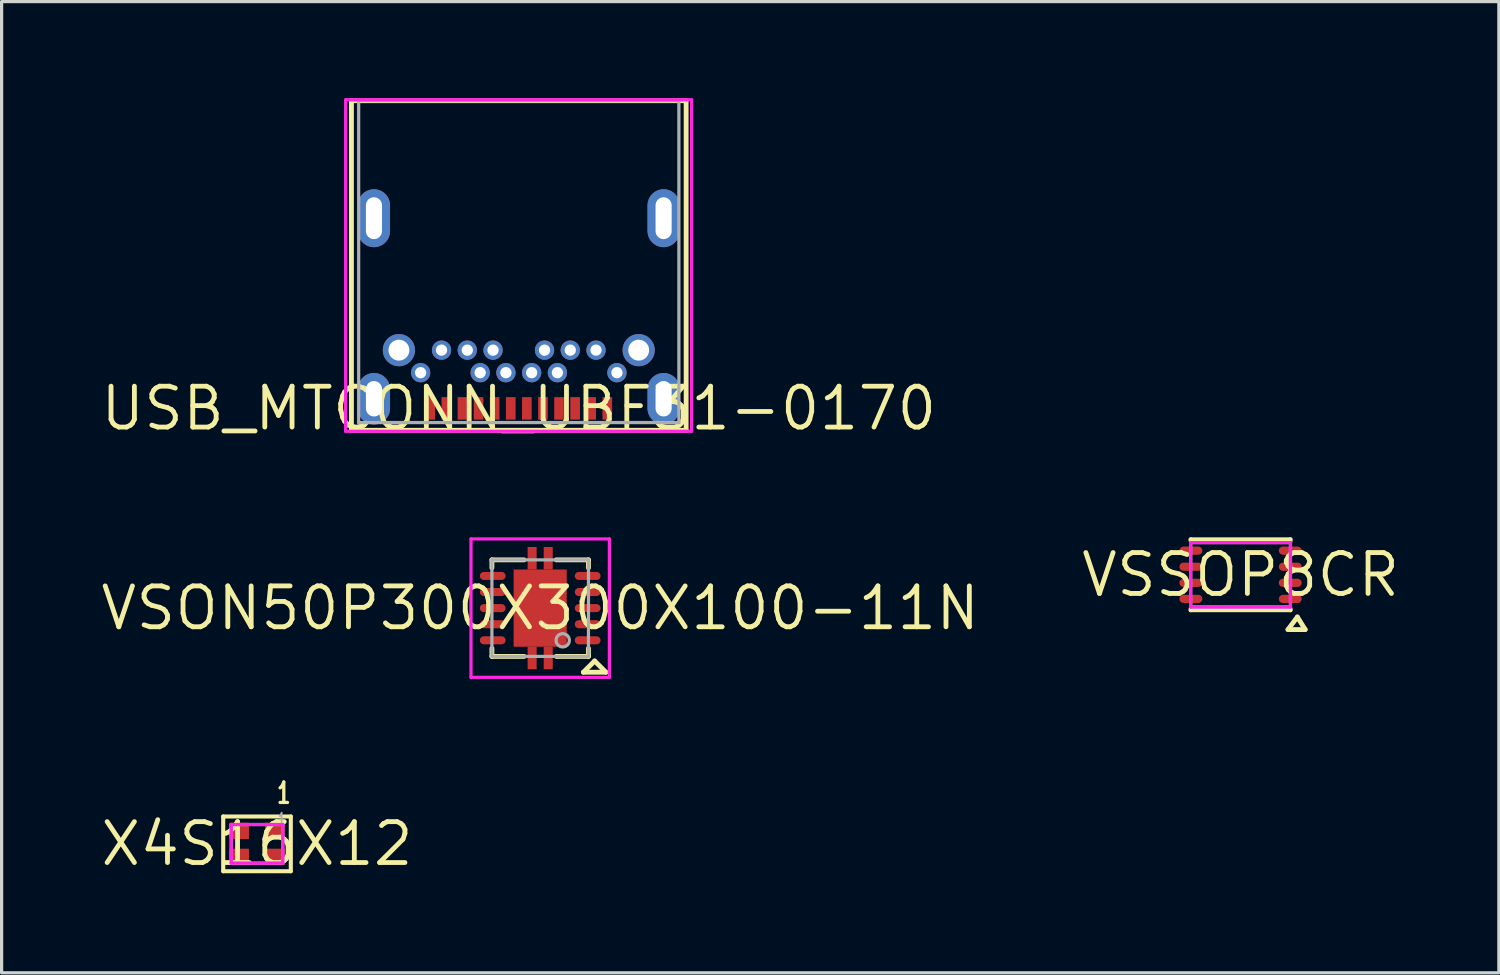
<source format=kicad_pcb>
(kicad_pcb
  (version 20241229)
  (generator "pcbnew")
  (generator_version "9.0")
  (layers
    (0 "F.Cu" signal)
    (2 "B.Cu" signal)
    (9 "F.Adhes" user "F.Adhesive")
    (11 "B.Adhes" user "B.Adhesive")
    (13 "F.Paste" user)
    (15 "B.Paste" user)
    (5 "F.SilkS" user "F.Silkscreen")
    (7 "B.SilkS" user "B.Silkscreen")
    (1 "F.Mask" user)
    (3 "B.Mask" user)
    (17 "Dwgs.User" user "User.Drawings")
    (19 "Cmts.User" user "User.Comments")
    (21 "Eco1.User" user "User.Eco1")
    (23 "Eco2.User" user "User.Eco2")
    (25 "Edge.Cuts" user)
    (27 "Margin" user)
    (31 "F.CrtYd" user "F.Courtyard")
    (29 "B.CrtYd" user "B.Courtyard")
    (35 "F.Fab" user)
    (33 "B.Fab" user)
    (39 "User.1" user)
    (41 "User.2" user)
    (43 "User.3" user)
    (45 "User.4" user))
  (footprint "USB_MTCONN_UBF31-0170"
    (layer "F.Cu")
    (at 13.07 9.64)
    (property "Reference" "USB_MTCONN_UBF31-0170" (at 0 0 0) (layer "F.SilkS") (effects (font (size 1.27 1.27) (thickness 0.15))))
    (fp_line (start -5.2 -9.56) (end 5.2 -9.56) (stroke (width 0.15) (type solid)) (layer "F.SilkS"))
    (fp_line (start -5.2 0.68) (end -5.2 -9.56) (stroke (width 0.15) (type solid)) (layer "F.SilkS"))
    (fp_line (start 5.2 -9.56) (end 5.2 0.68) (stroke (width 0.15) (type solid)) (layer "F.SilkS"))
    (fp_line (start 5.2 0.68) (end -5.2 0.68) (stroke (width 0.15) (type solid)) (layer "F.SilkS"))
    (fp_line (start -5.38 -9.59) (end -5.38 0.71) (stroke (width 0.1) (type solid)) (layer "F.CrtYd"))
    (fp_line (start -5.38 0.71) (end 5.37 0.71) (stroke (width 0.1) (type solid)) (layer "F.CrtYd"))
    (fp_line (start 5.37 -9.59) (end -5.38 -9.59) (stroke (width 0.1) (type solid)) (layer "F.CrtYd"))
    (fp_line (start 5.37 0.71) (end 5.37 -9.59) (stroke (width 0.1) (type solid)) (layer "F.CrtYd"))
    (fp_line (start -4.975 -9.56) (end 4.975 -9.56) (stroke (width 0.1) (type solid)) (layer "F.Fab"))
    (fp_line (start -4.975 0.44) (end -4.975 -9.56) (stroke (width 0.1) (type solid)) (layer "F.Fab"))
    (fp_line (start 4.975 -9.56) (end 4.975 0.44) (stroke (width 0.1) (type solid)) (layer "F.Fab"))
    (fp_line (start 4.975 0.44) (end -4.975 0.44) (stroke (width 0.1) (type solid)) (layer "F.Fab"))
    (pad "" thru_hole circle (at -3.725 -1.81 90) (size 1 1) (drill 0.65) (layers "*.Cu" "*.Mask"))
    (pad "" thru_hole circle (at 3.725 -1.81 90) (size 1 1) (drill 0.65) (layers "*.Cu" "*.Mask"))
    (pad "1" thru_hole oval (at 4.5 -0.3 180) (size 1 1.6) (drill oval 0.5 1.1) (layers "*.Cu" "*.Mask"))
    (pad "2" thru_hole oval (at -4.5 -0.3 180) (size 1 1.6) (drill oval 0.5 1.1) (layers "*.Cu" "*.Mask"))
    (pad "3" thru_hole oval (at 4.5 -5.91 180) (size 1 1.8) (drill oval 0.5 1.3) (layers "*.Cu" "*.Mask"))
    (pad "4" thru_hole oval (at -4.5 -5.91 180) (size 1 1.8) (drill oval 0.5 1.3) (layers "*.Cu" "*.Mask"))
    (pad "A1" smd rect (at 2.75 0 180) (size 0.3 0.7) (layers "F.Cu" "F.Mask" "F.Paste"))
    (pad "A2" smd rect (at 2.25 0 180) (size 0.3 0.7) (layers "F.Cu" "F.Mask" "F.Paste"))
    (pad "A3" smd rect (at 1.75 0 180) (size 0.3 0.7) (layers "F.Cu" "F.Mask" "F.Paste"))
    (pad "A4" smd rect (at 1.25 0 180) (size 0.3 0.7) (layers "F.Cu" "F.Mask" "F.Paste"))
    (pad "A5" smd rect (at 0.75 0 180) (size 0.3 0.7) (layers "F.Cu" "F.Mask" "F.Paste"))
    (pad "A6" smd rect (at 0.25 0 180) (size 0.3 0.7) (layers "F.Cu" "F.Mask" "F.Paste"))
    (pad "A7" smd rect (at -0.25 0 180) (size 0.3 0.7) (layers "F.Cu" "F.Mask" "F.Paste"))
    (pad "A8" smd rect (at -0.75 0 180) (size 0.3 0.7) (layers "F.Cu" "F.Mask" "F.Paste"))
    (pad "A9" smd rect (at -1.25 0 180) (size 0.3 0.7) (layers "F.Cu" "F.Mask" "F.Paste"))
    (pad "A10" smd rect (at -1.75 0 180) (size 0.3 0.7) (layers "F.Cu" "F.Mask" "F.Paste"))
    (pad "A11" smd rect (at -2.25 0 180) (size 0.3 0.7) (layers "F.Cu" "F.Mask" "F.Paste"))
    (pad "A12" smd rect (at -2.75 0 180) (size 0.3 0.7) (layers "F.Cu" "F.Mask" "F.Paste"))
    (pad "B1" thru_hole circle (at -3.05 -1.11 90) (size 0.6 0.6) (drill 0.35) (layers "*.Cu" "*.Mask"))
    (pad "B2" thru_hole circle (at -2.4 -1.81 90) (size 0.6 0.6) (drill 0.35) (layers "*.Cu" "*.Mask"))
    (pad "B3" thru_hole circle (at -1.6 -1.81 90) (size 0.6 0.6) (drill 0.35) (layers "*.Cu" "*.Mask"))
    (pad "B4" thru_hole circle (at -1.2 -1.11 90) (size 0.6 0.6) (drill 0.35) (layers "*.Cu" "*.Mask"))
    (pad "B5" thru_hole circle (at -0.8 -1.81 90) (size 0.6 0.6) (drill 0.35) (layers "*.Cu" "*.Mask"))
    (pad "B6" thru_hole circle (at -0.4 -1.11 90) (size 0.6 0.6) (drill 0.35) (layers "*.Cu" "*.Mask"))
    (pad "B7" thru_hole circle (at 0.4 -1.11 90) (size 0.6 0.6) (drill 0.35) (layers "*.Cu" "*.Mask"))
    (pad "B8" thru_hole circle (at 0.8 -1.81 90) (size 0.6 0.6) (drill 0.35) (layers "*.Cu" "*.Mask"))
    (pad "B9" thru_hole circle (at 1.2 -1.11 90) (size 0.6 0.6) (drill 0.35) (layers "*.Cu" "*.Mask"))
    (pad "B10" thru_hole circle (at 1.6 -1.81 90) (size 0.6 0.6) (drill 0.35) (layers "*.Cu" "*.Mask"))
    (pad "B11" thru_hole circle (at 2.4 -1.81 90) (size 0.6 0.6) (drill 0.35) (layers "*.Cu" "*.Mask"))
    (pad "B12" thru_hole circle (at 3.05 -1.11 90) (size 0.6 0.6) (drill 0.35) (layers "*.Cu" "*.Mask")))
  (footprint "X4S16X12"
    (layer "F.Cu")
    (at 4.936 23.171)
    (property "Reference" "X4S16X12" (at 0 0 0) (layer "F.SilkS") (effects (font (size 1.27 1.27) (thickness 0.15))))
    (fp_line (start -1.05 -0.85) (end -1.05 0.85) (stroke (width 0.127) (type solid)) (layer "F.SilkS"))
    (fp_line (start -1.05 0.85) (end 1.05 0.85) (stroke (width 0.127) (type solid)) (layer "F.SilkS"))
    (fp_line (start 1.05 -0.85) (end -1.05 -0.85) (stroke (width 0.127) (type solid)) (layer "F.SilkS"))
    (fp_line (start 1.05 0.85) (end 1.05 -0.85) (stroke (width 0.127) (type solid)) (layer "F.SilkS"))
    (fp_line (start -0.8 -0.6) (end -0.8 0.6) (stroke (width 0.1) (type solid)) (layer "F.CrtYd"))
    (fp_line (start -0.8 0.6) (end 0.8 0.6) (stroke (width 0.1) (type solid)) (layer "F.CrtYd"))
    (fp_line (start 0.8 -0.6) (end -0.8 -0.6) (stroke (width 0.1) (type solid)) (layer "F.CrtYd"))
    (fp_line (start 0.8 0.6) (end 0.8 -0.6) (stroke (width 0.1) (type solid)) (layer "F.CrtYd"))
    (fp_line (start -0.8 -0.6) (end -0.8 0.6) (stroke (width 0.1) (type solid)) (layer "F.Fab"))
    (fp_line (start -0.8 0.6) (end 0.8 0.6) (stroke (width 0.1) (type solid)) (layer "F.Fab"))
    (fp_line (start 0.8 -0.6) (end -0.8 -0.6) (stroke (width 0.1) (type solid)) (layer "F.Fab"))
    (fp_line (start 0.8 0.6) (end 0.8 -0.6) (stroke (width 0.1) (type solid)) (layer "F.Fab"))
    (fp_text user "1" (at 0.572 -1.575 0) (layer "F.SilkS") (effects (font (size 0.635 0.406) (thickness 0.127)) (justify left)))
    (fp_text user "1" (at 0.635 -0.762 0) (layer "F.Fab") (effects (font (size 0.381 0.203) (thickness 0.051)) (justify left)))
    (pad "1" smd rect (at 0.555 -0.404 90) (size 0.508 0.61) (layers "F.Cu" "F.Mask" "F.Paste"))
    (pad "2" smd rect (at -0.555 -0.404 270) (size 0.508 0.61) (layers "F.Cu" "F.Mask" "F.Paste"))
    (pad "3" smd rect (at -0.555 0.404 270) (size 0.508 0.61) (layers "F.Cu" "F.Mask" "F.Paste"))
    (pad "4" smd rect (at 0.555 0.404 90) (size 0.508 0.61) (layers "F.Cu" "F.Mask" "F.Paste")))
  (footprint "VSON50P300X300X100-11N"
    (layer "F.Cu")
    (at 13.735 15.846)
    (property "Reference" "VSON50P300X300X100-11N" (at 0 0 180) (layer "F.SilkS") (effects (font (size 1.27 1.27) (thickness 0.15))))
    (fp_line (start -1.5 -1.5) (end -1.5 -1.25) (stroke (width 0.15) (type solid)) (layer "F.SilkS"))
    (fp_line (start -1.5 1.5) (end -1.5 1.25) (stroke (width 0.15) (type solid)) (layer "F.SilkS"))
    (fp_line (start -0.5 -1.5) (end -1.5 -1.5) (stroke (width 0.15) (type solid)) (layer "F.SilkS"))
    (fp_line (start -0.5 1.5) (end -1.5 1.5) (stroke (width 0.15) (type solid)) (layer "F.SilkS"))
    (fp_line (start 0.5 1.5) (end 1.5 1.5) (stroke (width 0.15) (type solid)) (layer "F.SilkS"))
    (fp_line (start 1.342 1.992) (end 2.042 1.992) (stroke (width 0.15) (type solid)) (layer "F.SilkS"))
    (fp_line (start 1.5 -1.5) (end 0.5 -1.5) (stroke (width 0.15) (type solid)) (layer "F.SilkS"))
    (fp_line (start 1.5 -1.25) (end 1.5 -1.5) (stroke (width 0.15) (type solid)) (layer "F.SilkS"))
    (fp_line (start 1.5 1.5) (end 1.5 1.25) (stroke (width 0.15) (type solid)) (layer "F.SilkS"))
    (fp_line (start 1.692 1.642) (end 1.342 1.992) (stroke (width 0.15) (type solid)) (layer "F.SilkS"))
    (fp_line (start 2.042 1.992) (end 1.692 1.642) (stroke (width 0.15) (type solid)) (layer "F.SilkS"))
    (fp_line (start -2.15 -2.15) (end -2.15 2.15) (stroke (width 0.1) (type solid)) (layer "F.CrtYd"))
    (fp_line (start -2.15 2.15) (end 2.15 2.15) (stroke (width 0.1) (type solid)) (layer "F.CrtYd"))
    (fp_line (start 2.15 -2.15) (end -2.15 -2.15) (stroke (width 0.1) (type solid)) (layer "F.CrtYd"))
    (fp_line (start 2.15 2.15) (end 2.15 -2.15) (stroke (width 0.1) (type solid)) (layer "F.CrtYd"))
    (fp_line (start -1.5 -1.5) (end 1.5 -1.5) (stroke (width 0.1) (type solid)) (layer "F.Fab"))
    (fp_line (start -1.5 1.5) (end -1.5 -1.5) (stroke (width 0.1) (type solid)) (layer "F.Fab"))
    (fp_line (start 1.5 -1.5) (end 1.5 1.5) (stroke (width 0.1) (type solid)) (layer "F.Fab"))
    (fp_line (start 1.5 1.5) (end -1.5 1.5) (stroke (width 0.1) (type solid)) (layer "F.Fab"))
    (fp_arc (start 0.906196 0.999998) (mid 0.49383 0.999992) (end 0.906196 0.999998) (stroke (width 0.1) (type solid)) (layer "F.Fab"))
    (pad "1" smd oval (at 1.475 1 270) (size 0.25 0.8) (layers "F.Cu" "F.Mask" "F.Paste"))
    (pad "2" smd oval (at 1.475 0.5 270) (size 0.25 0.8) (layers "F.Cu" "F.Mask" "F.Paste"))
    (pad "3" smd oval (at 1.475 0 270) (size 0.25 0.8) (layers "F.Cu" "F.Mask" "F.Paste"))
    (pad "4" smd oval (at 1.475 -0.5 270) (size 0.25 0.8) (layers "F.Cu" "F.Mask" "F.Paste"))
    (pad "5" smd oval (at 1.475 -1 270) (size 0.25 0.8) (layers "F.Cu" "F.Mask" "F.Paste"))
    (pad "6" smd oval (at -1.475 -1 270) (size 0.25 0.8) (layers "F.Cu" "F.Mask" "F.Paste"))
    (pad "7" smd oval (at -1.475 -0.5 270) (size 0.25 0.8) (layers "F.Cu" "F.Mask" "F.Paste"))
    (pad "8" smd oval (at -1.475 0 270) (size 0.25 0.8) (layers "F.Cu" "F.Mask" "F.Paste"))
    (pad "9" smd oval (at -1.475 0.5 270) (size 0.25 0.8) (layers "F.Cu" "F.Mask" "F.Paste"))
    (pad "10" smd oval (at -1.475 1 270) (size 0.25 0.8) (layers "F.Cu" "F.Mask" "F.Paste"))
    (pad "11" smd rect (at -0.25 -1.55) (size 0.28 0.7) (layers "F.Cu" "F.Mask" "F.Paste"))
    (pad "11" smd rect (at -0.25 1.55) (size 0.28 0.7) (layers "F.Cu" "F.Mask" "F.Paste"))
    (pad "11" smd rect (at 0 0) (size 1.65 2.4) (layers "F.Cu" "F.Mask"))
    (pad "11" smd rect (at 0.25 -1.55) (size 0.28 0.7) (layers "F.Cu" "F.Mask" "F.Paste"))
    (pad "11" smd rect (at 0.25 1.55) (size 0.28 0.7) (layers "F.Cu" "F.Mask" "F.Paste")))
  (footprint "VSSOP8CR"
    (layer "F.Cu")
    (at 35.498 14.81)
    (property "Reference" "VSSOP8CR" (at 0 0 0) (layer "F.SilkS") (effects (font (size 1.27 1.27) (thickness 0.15))))
    (fp_line (start -1.55 -1.1) (end -1.55 -1.05) (stroke (width 0.127) (type solid)) (layer "F.SilkS"))
    (fp_line (start -1.55 1.1) (end -1.55 1.05) (stroke (width 0.127) (type solid)) (layer "F.SilkS"))
    (fp_line (start 1.473 1.702) (end 2.007 1.702) (stroke (width 0.15) (type solid)) (layer "F.SilkS"))
    (fp_line (start 1.55 -1.1) (end -1.55 -1.1) (stroke (width 0.127) (type solid)) (layer "F.SilkS"))
    (fp_line (start 1.55 -1.05) (end 1.55 -1.1) (stroke (width 0.127) (type solid)) (layer "F.SilkS"))
    (fp_line (start 1.55 1.05) (end 1.55 1.1) (stroke (width 0.127) (type solid)) (layer "F.SilkS"))
    (fp_line (start 1.55 1.1) (end -1.55 1.1) (stroke (width 0.127) (type solid)) (layer "F.SilkS"))
    (fp_line (start 1.765 1.311) (end 1.473 1.702) (stroke (width 0.15) (type solid)) (layer "F.SilkS"))
    (fp_line (start 2.007 1.702) (end 1.765 1.311) (stroke (width 0.15) (type solid)) (layer "F.SilkS"))
    (fp_line (start -1.55 -1) (end -1.55 1) (stroke (width 0.1) (type solid)) (layer "F.CrtYd"))
    (fp_line (start -1.55 1) (end 1.55 1) (stroke (width 0.1) (type solid)) (layer "F.CrtYd"))
    (fp_line (start 1.55 -1) (end -1.55 -1) (stroke (width 0.1) (type solid)) (layer "F.CrtYd"))
    (fp_line (start 1.55 1) (end 1.55 -1) (stroke (width 0.1) (type solid)) (layer "F.CrtYd"))
    (fp_line (start -1.55 -1) (end -1.55 1) (stroke (width 0.1) (type solid)) (layer "F.Fab"))
    (fp_line (start -1.55 1) (end 1.55 1) (stroke (width 0.1) (type solid)) (layer "F.Fab"))
    (fp_line (start 1.55 -1) (end -1.55 -1) (stroke (width 0.1) (type solid)) (layer "F.Fab"))
    (fp_line (start 1.55 1) (end 1.55 -1) (stroke (width 0.1) (type solid)) (layer "F.Fab"))
    (pad "1" smd oval (at 1.544 0.75 90) (size 0.254 0.711) (layers "F.Cu" "F.Mask" "F.Paste"))
    (pad "2" smd oval (at 1.544 0.25 90) (size 0.254 0.711) (layers "F.Cu" "F.Mask" "F.Paste"))
    (pad "3" smd oval (at 1.544 -0.25 90) (size 0.254 0.711) (layers "F.Cu" "F.Mask" "F.Paste"))
    (pad "4" smd oval (at 1.544 -0.75 90) (size 0.254 0.711) (layers "F.Cu" "F.Mask" "F.Paste"))
    (pad "5" smd oval (at -1.544 -0.75 90) (size 0.254 0.711) (layers "F.Cu" "F.Mask" "F.Paste"))
    (pad "6" smd oval (at -1.544 -0.25 90) (size 0.254 0.711) (layers "F.Cu" "F.Mask" "F.Paste"))
    (pad "7" smd oval (at -1.544 0.25 90) (size 0.254 0.711) (layers "F.Cu" "F.Mask" "F.Paste"))
    (pad "8" smd oval (at -1.544 0.75 90) (size 0.254 0.711) (layers "F.Cu" "F.Mask" "F.Paste")))
  (gr_rect
    (start -3 -3)
    (end 43.524 27.177)
    (stroke (width 0.1) (type default))
    (fill no)
    (layer "Edge.Cuts")))
</source>
